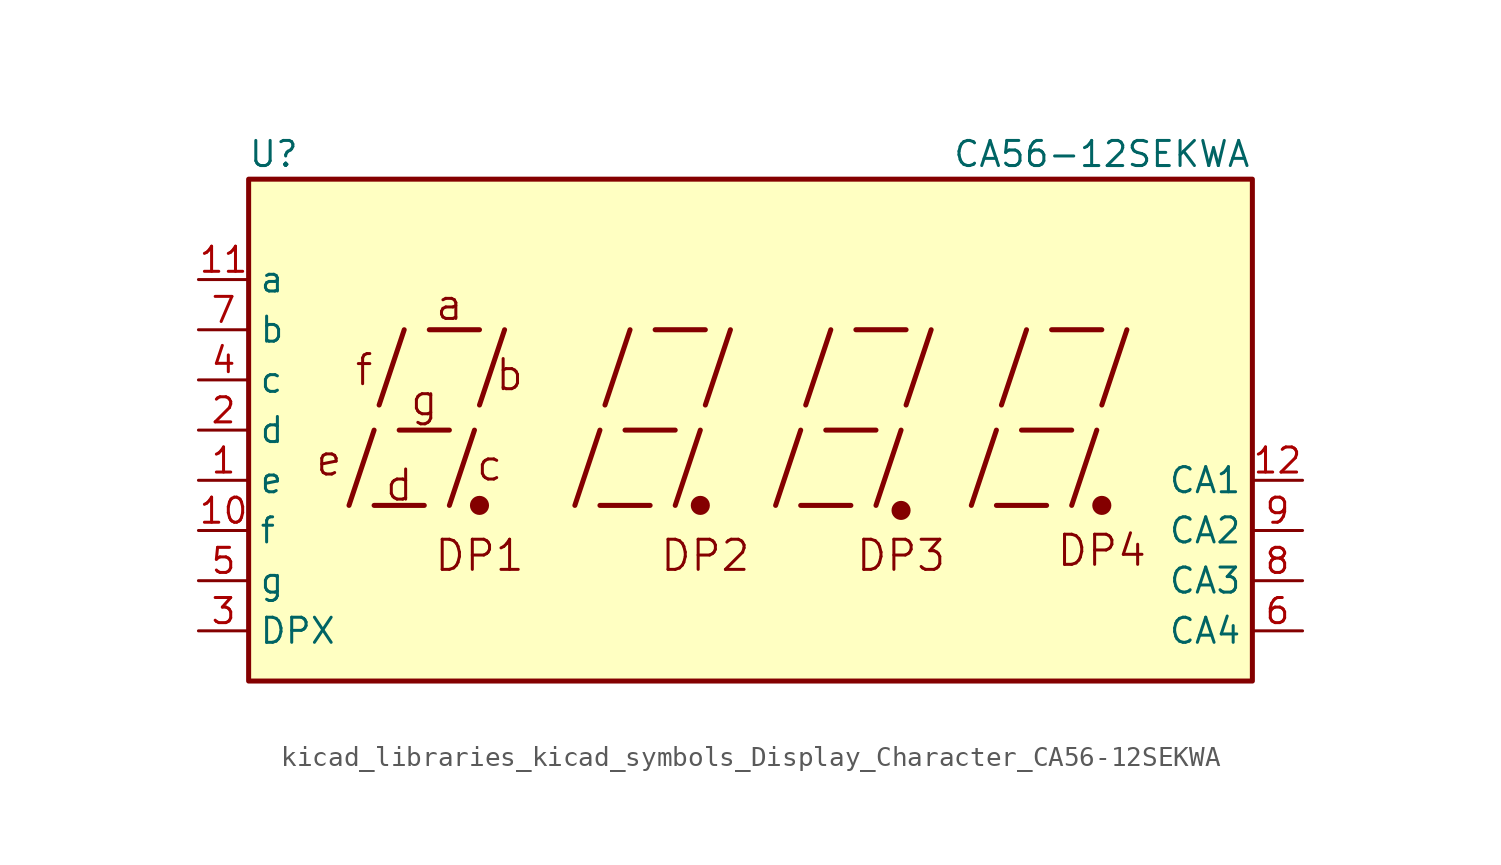
<source format=kicad_sym>
(kicad_symbol_lib
  (version 20220914)
  (generator kicad_symbol_editor)
  (symbol "kicad_libraries_kicad_symbols_Display_Character_CA56-12SEKWA"
    (property "Reference" "U"
      (at -24.13 13.97 0)
      (effects (font (size 1.27 1.27))))
    (property "Value" "CA56-12SEKWA"
      (at 17.78 13.97 0)
      (effects (font (size 1.27 1.27))))
    (symbol "kicad_libraries_kicad_symbols_Display_Character_CA56-12SEKWA_0_0"
      (rectangle (start -25.4 12.7) (end 25.4 -12.7) (stroke (width 0.254) (type default)) (fill (type background)))
      (polyline (pts (xy -20.32 -3.81) (xy -19.05 0)) (stroke (width 0.254) (type default)) (fill (type none)))
      (polyline (pts (xy -19.05 -3.81) (xy -16.51 -3.81)) (stroke (width 0.254) (type default)) (fill (type none)))
      (polyline (pts (xy -18.796 1.27) (xy -17.526 5.08)) (stroke (width 0.254) (type default)) (fill (type none)))
      (polyline (pts (xy -17.78 0) (xy -15.24 0)) (stroke (width 0.254) (type default)) (fill (type none)))
      (polyline (pts (xy -16.256 5.08) (xy -13.716 5.08)) (stroke (width 0.254) (type default)) (fill (type none)))
      (polyline (pts (xy -15.24 -3.81) (xy -13.97 0)) (stroke (width 0.254) (type default)) (fill (type none)))
      (polyline (pts (xy -13.716 1.27) (xy -12.446 5.08)) (stroke (width 0.254) (type default)) (fill (type none)))
      (polyline (pts (xy -8.89 -3.81) (xy -7.62 0)) (stroke (width 0.254) (type default)) (fill (type none)))
      (polyline (pts (xy -7.62 -3.81) (xy -5.08 -3.81)) (stroke (width 0.254) (type default)) (fill (type none)))
      (polyline (pts (xy -7.366 1.27) (xy -6.096 5.08)) (stroke (width 0.254) (type default)) (fill (type none)))
      (polyline (pts (xy -6.35 0) (xy -3.81 0)) (stroke (width 0.254) (type default)) (fill (type none)))
      (polyline (pts (xy -4.826 5.08) (xy -2.286 5.08)) (stroke (width 0.254) (type default)) (fill (type none)))
      (polyline (pts (xy -3.81 -3.81) (xy -2.54 0)) (stroke (width 0.254) (type default)) (fill (type none)))
      (polyline (pts (xy -2.286 1.27) (xy -1.016 5.08)) (stroke (width 0.254) (type default)) (fill (type none)))
      (polyline (pts (xy 1.27 -3.81) (xy 2.54 0)) (stroke (width 0.254) (type default)) (fill (type none)))
      (polyline (pts (xy 2.54 -3.81) (xy 5.08 -3.81)) (stroke (width 0.254) (type default)) (fill (type none)))
      (polyline (pts (xy 2.794 1.27) (xy 4.064 5.08)) (stroke (width 0.254) (type default)) (fill (type none)))
      (polyline (pts (xy 3.81 0) (xy 6.35 0)) (stroke (width 0.254) (type default)) (fill (type none)))
      (polyline (pts (xy 5.334 5.08) (xy 7.874 5.08)) (stroke (width 0.254) (type default)) (fill (type none)))
      (polyline (pts (xy 6.35 -3.81) (xy 7.62 0)) (stroke (width 0.254) (type default)) (fill (type none)))
      (polyline (pts (xy 7.874 1.27) (xy 9.144 5.08)) (stroke (width 0.254) (type default)) (fill (type none)))
      (polyline (pts (xy 11.176 -3.81) (xy 12.446 0)) (stroke (width 0.254) (type default)) (fill (type none)))
      (polyline (pts (xy 12.446 -3.81) (xy 14.986 -3.81)) (stroke (width 0.254) (type default)) (fill (type none)))
      (polyline (pts (xy 12.7 1.27) (xy 13.97 5.08)) (stroke (width 0.254) (type default)) (fill (type none)))
      (polyline (pts (xy 13.716 0) (xy 16.256 0)) (stroke (width 0.254) (type default)) (fill (type none)))
      (polyline (pts (xy 15.24 5.08) (xy 17.78 5.08)) (stroke (width 0.254) (type default)) (fill (type none)))
      (polyline (pts (xy 16.256 -3.81) (xy 17.526 0)) (stroke (width 0.254) (type default)) (fill (type none)))
      (polyline (pts (xy 17.78 1.27) (xy 19.05 5.08)) (stroke (width 0.254) (type default)) (fill (type none)))
      (text "a" (at -15.24 6.35 0) (effects (font (size 1.524 1.524))))
      (text "b" (at -12.192 2.794 0) (effects (font (size 1.524 1.524))))
      (text "c" (at -13.208 -1.778 0) (effects (font (size 1.524 1.524))))
      (text "d" (at -17.78 -2.794 0) (effects (font (size 1.524 1.524))))
      (text "DP1" (at -13.716 -6.35 0) (effects (font (size 1.524 1.524))))
      (text "DP2" (at -2.286 -6.35 0) (effects (font (size 1.524 1.524))))
      (text "DP3" (at 7.62 -6.35 0) (effects (font (size 1.524 1.524))))
      (text "DP4" (at 17.78 -6.096 0) (effects (font (size 1.524 1.524))))
      (text "e" (at -21.336 -1.524 0) (effects (font (size 1.524 1.524))))
      (text "f" (at -19.558 3.048 0) (effects (font (size 1.524 1.524))))
      (text "g" (at -16.51 1.524 0) (effects (font (size 1.524 1.524)))))
    (symbol "kicad_libraries_kicad_symbols_Display_Character_CA56-12SEKWA_0_1"
      (circle (center -13.716 -3.81) (radius 0.356) (stroke (width 0.254) (type default)) (fill (type outline)))
      (circle (center -2.54 -3.81) (radius 0.356) (stroke (width 0.254) (type default)) (fill (type outline))))
    (symbol "kicad_libraries_kicad_symbols_Display_Character_CA56-12SEKWA_1_0"
      (circle (center 7.62 -4.064) (radius 0.356) (stroke (width 0.254) (type default)) (fill (type outline)))
      (circle (center 17.78 -3.81) (radius 0.356) (stroke (width 0.254) (type default)) (fill (type outline))))
    (symbol "kicad_libraries_kicad_symbols_Display_Character_CA56-12SEKWA_1_1"
      (pin input line (at -27.94 -2.54 0) (length 2.54) (name "e" (effects (font (size 1.27 1.27)))) (number "1" (effects (font (size 1.27 1.27)))))
      (pin input line (at -27.94 -5.08 0) (length 2.54) (name "f" (effects (font (size 1.27 1.27)))) (number "10" (effects (font (size 1.27 1.27)))))
      (pin input line (at -27.94 7.62 0) (length 2.54) (name "a" (effects (font (size 1.27 1.27)))) (number "11" (effects (font (size 1.27 1.27)))))
      (pin input line (at 27.94 -2.54 180) (length 2.54) (name "CA1" (effects (font (size 1.27 1.27)))) (number "12" (effects (font (size 1.27 1.27)))))
      (pin input line (at -27.94 0 0) (length 2.54) (name "d" (effects (font (size 1.27 1.27)))) (number "2" (effects (font (size 1.27 1.27)))))
      (pin input line (at -27.94 -10.16 0) (length 2.54) (name "DPX" (effects (font (size 1.27 1.27)))) (number "3" (effects (font (size 1.27 1.27)))))
      (pin input line (at -27.94 2.54 0) (length 2.54) (name "c" (effects (font (size 1.27 1.27)))) (number "4" (effects (font (size 1.27 1.27)))))
      (pin input line (at -27.94 -7.62 0) (length 2.54) (name "g" (effects (font (size 1.27 1.27)))) (number "5" (effects (font (size 1.27 1.27)))))
      (pin input line (at 27.94 -10.16 180) (length 2.54) (name "CA4" (effects (font (size 1.27 1.27)))) (number "6" (effects (font (size 1.27 1.27)))))
      (pin input line (at -27.94 5.08 0) (length 2.54) (name "b" (effects (font (size 1.27 1.27)))) (number "7" (effects (font (size 1.27 1.27)))))
      (pin input line (at 27.94 -7.62 180) (length 2.54) (name "CA3" (effects (font (size 1.27 1.27)))) (number "8" (effects (font (size 1.27 1.27)))))
      (pin input line (at 27.94 -5.08 180) (length 2.54) (name "CA2" (effects (font (size 1.27 1.27)))) (number "9" (effects (font (size 1.27 1.27))))))))
</source>
